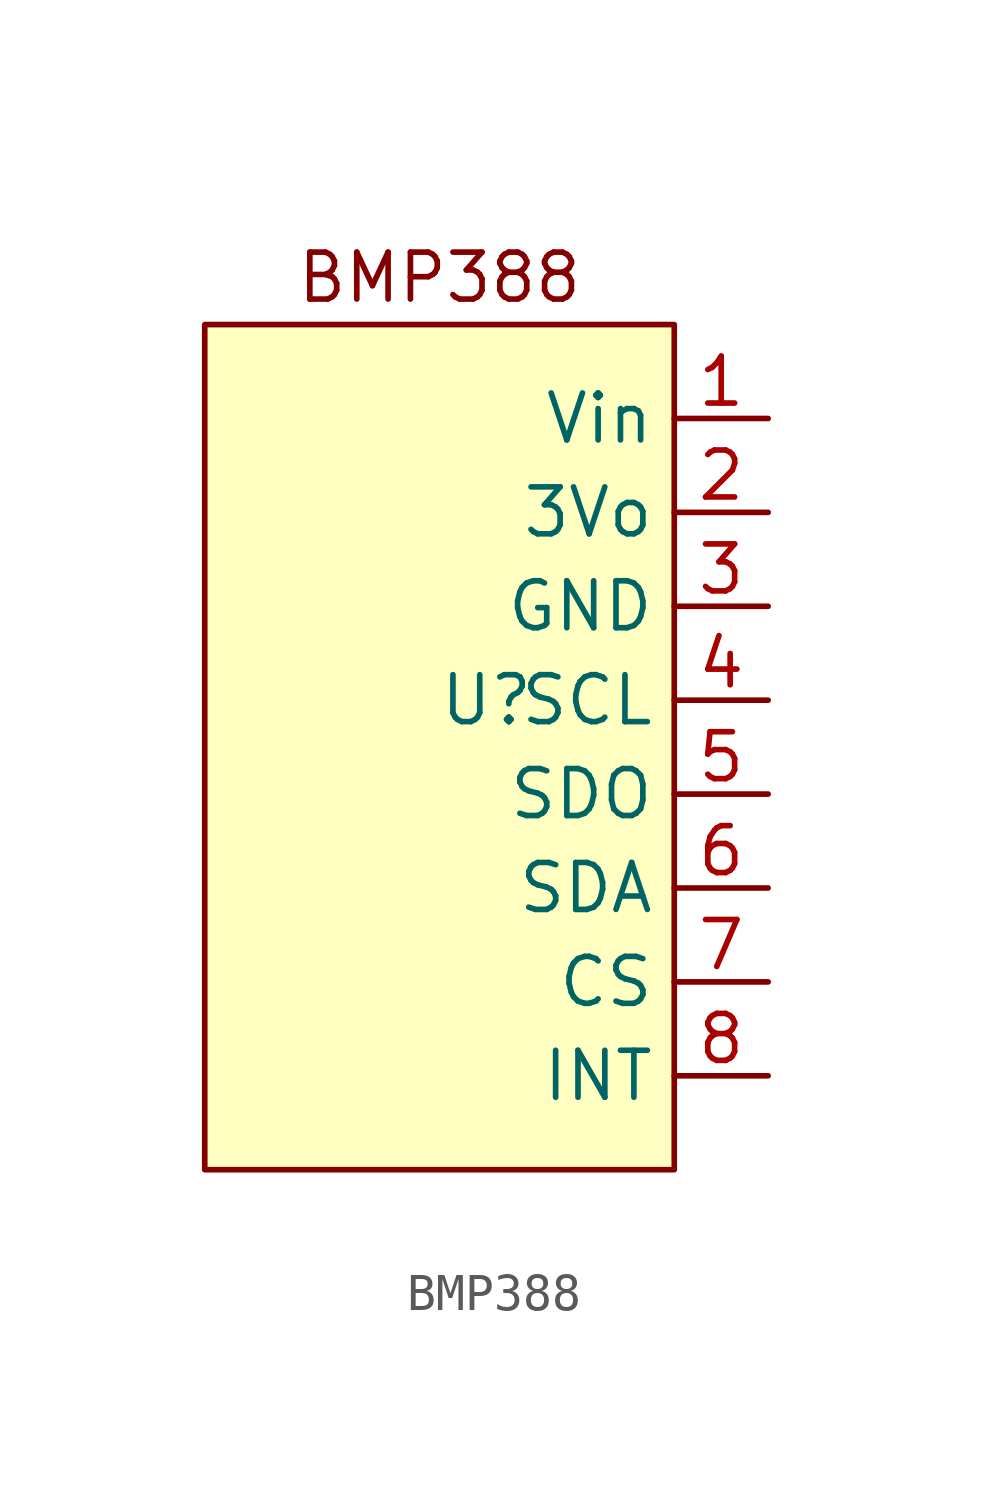
<source format=kicad_sym>
(kicad_symbol_lib
  (version 20220914)
  (generator kicad_symbol_editor)
  (symbol "BMP388"
    (property "Reference" "U"
      (at 1.27 0 0)
      (effects (font (size 1.27 1.27))))
    (property "Value" ""
      (at 1.27 0 0)
      (effects (font (size 1.27 1.27))))
    (symbol "BMP388_1_1"
      (rectangle (start -6.35 10.16) (end 6.35 -12.7) (stroke (width 0) (type default)) (fill (type background)))
      (text "BMP388" (at 0 11.43 0) (effects (font (size 1.27 1.27))))
      (pin input line (at 8.89 7.62 180) (length 2.54) (name "Vin" (effects (font (size 1.27 1.27)))) (number "1" (effects (font (size 1.27 1.27)))))
      (pin input line (at 8.89 5.08 180) (length 2.54) (name "3Vo" (effects (font (size 1.27 1.27)))) (number "2" (effects (font (size 1.27 1.27)))))
      (pin input line (at 8.89 2.54 180) (length 2.54) (name "GND" (effects (font (size 1.27 1.27)))) (number "3" (effects (font (size 1.27 1.27)))))
      (pin input line (at 8.89 0 180) (length 2.54) (name "SCL" (effects (font (size 1.27 1.27)))) (number "4" (effects (font (size 1.27 1.27)))))
      (pin input line (at 8.89 -2.54 180) (length 2.54) (name "SDO" (effects (font (size 1.27 1.27)))) (number "5" (effects (font (size 1.27 1.27)))))
      (pin input line (at 8.89 -5.08 180) (length 2.54) (name "SDA" (effects (font (size 1.27 1.27)))) (number "6" (effects (font (size 1.27 1.27)))))
      (pin input line (at 8.89 -7.62 180) (length 2.54) (name "CS" (effects (font (size 1.27 1.27)))) (number "7" (effects (font (size 1.27 1.27)))))
      (pin input line (at 8.89 -10.16 180) (length 2.54) (name "INT" (effects (font (size 1.27 1.27)))) (number "8" (effects (font (size 1.27 1.27))))))))
</source>
